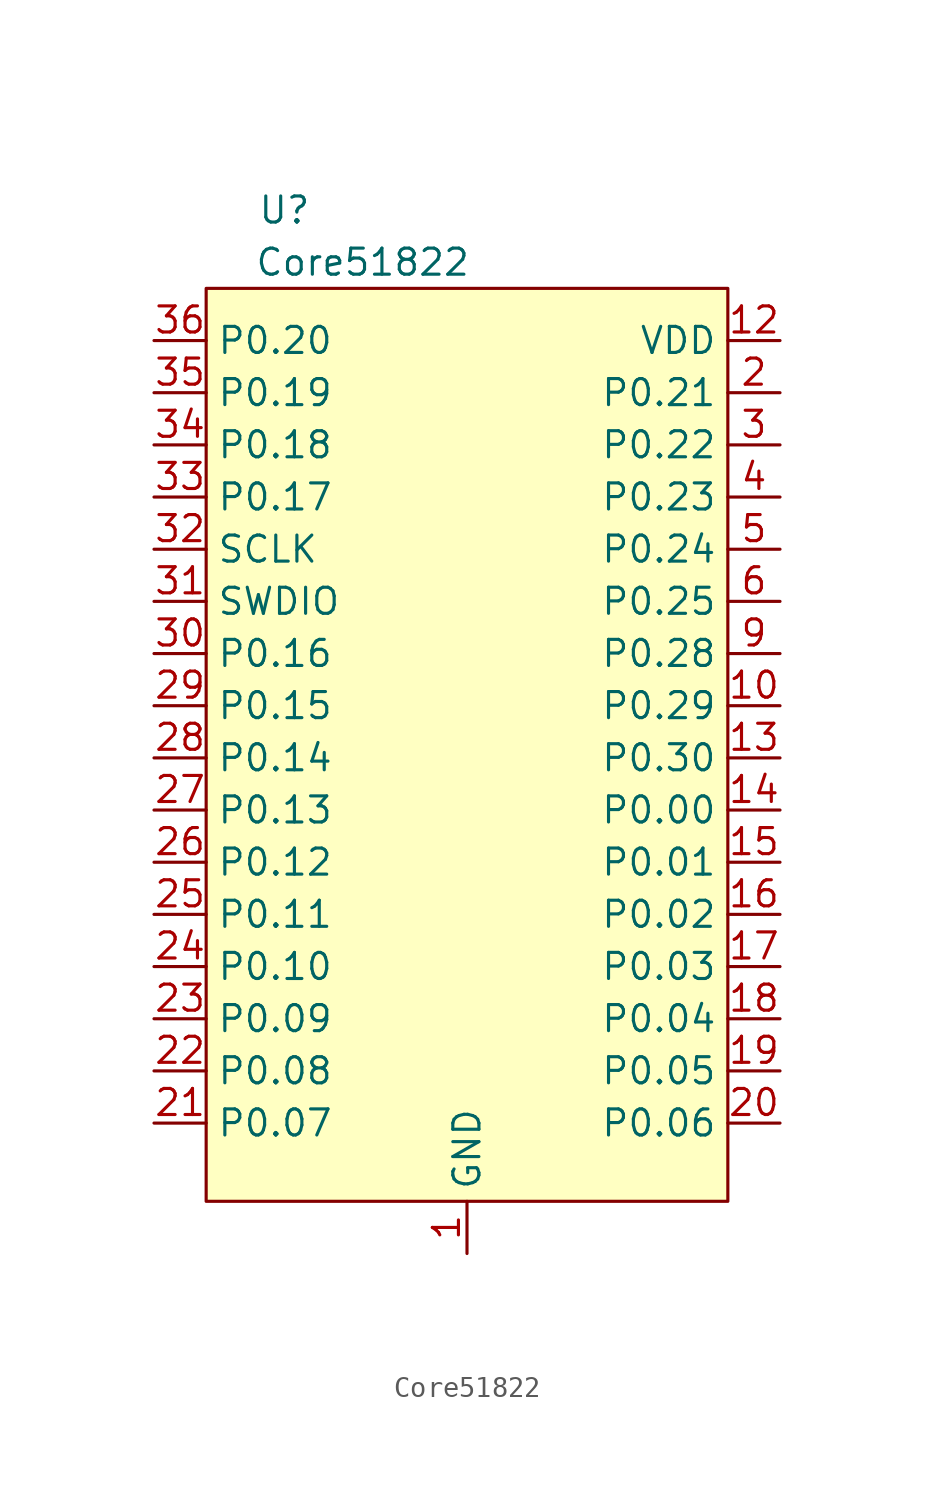
<source format=kicad_sym>
(kicad_symbol_lib
  (version 20211014)
  (generator kicad_symbol_editor)
  (symbol "Core51822"
    (property "Reference" "U"
      (at -8.89 25.4 0)
      (effects (font (size 1.27 1.27))))
    (property "Value" "Core51822"
      (at -5.08 22.86 0)
      (effects (font (size 1.27 1.27))))
    (symbol "Core51822_0_1"
      (rectangle (start -12.7 21.59) (end 12.7 -22.86) (stroke (width 0) (type default) (color 0 0 0 0)) (fill (type background))))
    (symbol "Core51822_1_1"
      (pin input line (at 0 -25.4 90) (length 2.54) (name "GND" (effects (font (size 1.27 1.27)))) (number "1" (effects (font (size 1.27 1.27)))))
      (pin input line (at 15.24 1.27 180) (length 2.54) (name "P0.29" (effects (font (size 1.27 1.27)))) (number "10" (effects (font (size 1.27 1.27)))))
      (pin input line (at 0 -25.4 90) (length 2.54) hide (name "GND" (effects (font (size 1.27 1.27)))) (number "11" (effects (font (size 1.27 1.27)))))
      (pin input line (at 15.24 19.05 180) (length 2.54) (name "VDD" (effects (font (size 1.27 1.27)))) (number "12" (effects (font (size 1.27 1.27)))))
      (pin input line (at 15.24 -1.27 180) (length 2.54) (name "P0.30" (effects (font (size 1.27 1.27)))) (number "13" (effects (font (size 1.27 1.27)))))
      (pin input line (at 15.24 -3.81 180) (length 2.54) (name "P0.00" (effects (font (size 1.27 1.27)))) (number "14" (effects (font (size 1.27 1.27)))))
      (pin input line (at 15.24 -6.35 180) (length 2.54) (name "P0.01" (effects (font (size 1.27 1.27)))) (number "15" (effects (font (size 1.27 1.27)))))
      (pin input line (at 15.24 -8.89 180) (length 2.54) (name "P0.02" (effects (font (size 1.27 1.27)))) (number "16" (effects (font (size 1.27 1.27)))))
      (pin input line (at 15.24 -11.43 180) (length 2.54) (name "P0.03" (effects (font (size 1.27 1.27)))) (number "17" (effects (font (size 1.27 1.27)))))
      (pin input line (at 15.24 -13.97 180) (length 2.54) (name "P0.04" (effects (font (size 1.27 1.27)))) (number "18" (effects (font (size 1.27 1.27)))))
      (pin input line (at 15.24 -16.51 180) (length 2.54) (name "P0.05" (effects (font (size 1.27 1.27)))) (number "19" (effects (font (size 1.27 1.27)))))
      (pin input line (at 15.24 16.51 180) (length 2.54) (name "P0.21" (effects (font (size 1.27 1.27)))) (number "2" (effects (font (size 1.27 1.27)))))
      (pin input line (at 15.24 -19.05 180) (length 2.54) (name "P0.06" (effects (font (size 1.27 1.27)))) (number "20" (effects (font (size 1.27 1.27)))))
      (pin input line (at -15.24 -19.05 0) (length 2.54) (name "P0.07" (effects (font (size 1.27 1.27)))) (number "21" (effects (font (size 1.27 1.27)))))
      (pin input line (at -15.24 -16.51 0) (length 2.54) (name "P0.08" (effects (font (size 1.27 1.27)))) (number "22" (effects (font (size 1.27 1.27)))))
      (pin input line (at -15.24 -13.97 0) (length 2.54) (name "P0.09" (effects (font (size 1.27 1.27)))) (number "23" (effects (font (size 1.27 1.27)))))
      (pin input line (at -15.24 -11.43 0) (length 2.54) (name "P0.10" (effects (font (size 1.27 1.27)))) (number "24" (effects (font (size 1.27 1.27)))))
      (pin input line (at -15.24 -8.89 0) (length 2.54) (name "P0.11" (effects (font (size 1.27 1.27)))) (number "25" (effects (font (size 1.27 1.27)))))
      (pin input line (at -15.24 -6.35 0) (length 2.54) (name "P0.12" (effects (font (size 1.27 1.27)))) (number "26" (effects (font (size 1.27 1.27)))))
      (pin input line (at -15.24 -3.81 0) (length 2.54) (name "P0.13" (effects (font (size 1.27 1.27)))) (number "27" (effects (font (size 1.27 1.27)))))
      (pin input line (at -15.24 -1.27 0) (length 2.54) (name "P0.14" (effects (font (size 1.27 1.27)))) (number "28" (effects (font (size 1.27 1.27)))))
      (pin input line (at -15.24 1.27 0) (length 2.54) (name "P0.15" (effects (font (size 1.27 1.27)))) (number "29" (effects (font (size 1.27 1.27)))))
      (pin input line (at 15.24 13.97 180) (length 2.54) (name "P0.22" (effects (font (size 1.27 1.27)))) (number "3" (effects (font (size 1.27 1.27)))))
      (pin input line (at -15.24 3.81 0) (length 2.54) (name "P0.16" (effects (font (size 1.27 1.27)))) (number "30" (effects (font (size 1.27 1.27)))))
      (pin input line (at -15.24 6.35 0) (length 2.54) (name "SWDIO" (effects (font (size 1.27 1.27)))) (number "31" (effects (font (size 1.27 1.27)))))
      (pin input line (at -15.24 8.89 0) (length 2.54) (name "SCLK" (effects (font (size 1.27 1.27)))) (number "32" (effects (font (size 1.27 1.27)))))
      (pin input line (at -15.24 11.43 0) (length 2.54) (name "P0.17" (effects (font (size 1.27 1.27)))) (number "33" (effects (font (size 1.27 1.27)))))
      (pin input line (at -15.24 13.97 0) (length 2.54) (name "P0.18" (effects (font (size 1.27 1.27)))) (number "34" (effects (font (size 1.27 1.27)))))
      (pin input line (at -15.24 16.51 0) (length 2.54) (name "P0.19" (effects (font (size 1.27 1.27)))) (number "35" (effects (font (size 1.27 1.27)))))
      (pin input line (at -15.24 19.05 0) (length 2.54) (name "P0.20" (effects (font (size 1.27 1.27)))) (number "36" (effects (font (size 1.27 1.27)))))
      (pin input line (at 15.24 11.43 180) (length 2.54) (name "P0.23" (effects (font (size 1.27 1.27)))) (number "4" (effects (font (size 1.27 1.27)))))
      (pin input line (at 15.24 8.89 180) (length 2.54) (name "P0.24" (effects (font (size 1.27 1.27)))) (number "5" (effects (font (size 1.27 1.27)))))
      (pin input line (at 15.24 6.35 180) (length 2.54) (name "P0.25" (effects (font (size 1.27 1.27)))) (number "6" (effects (font (size 1.27 1.27)))))
      (pin no_connect line (at 15.24 -21.59 180) (length 2.54) hide (name "NC" (effects (font (size 1.27 1.27)))) (number "7" (effects (font (size 1.27 1.27)))))
      (pin no_connect line (at 15.24 -21.59 180) (length 2.54) hide (name "NC" (effects (font (size 1.27 1.27)))) (number "8" (effects (font (size 1.27 1.27)))))
      (pin input line (at 15.24 3.81 180) (length 2.54) (name "P0.28" (effects (font (size 1.27 1.27)))) (number "9" (effects (font (size 1.27 1.27))))))))
</source>
